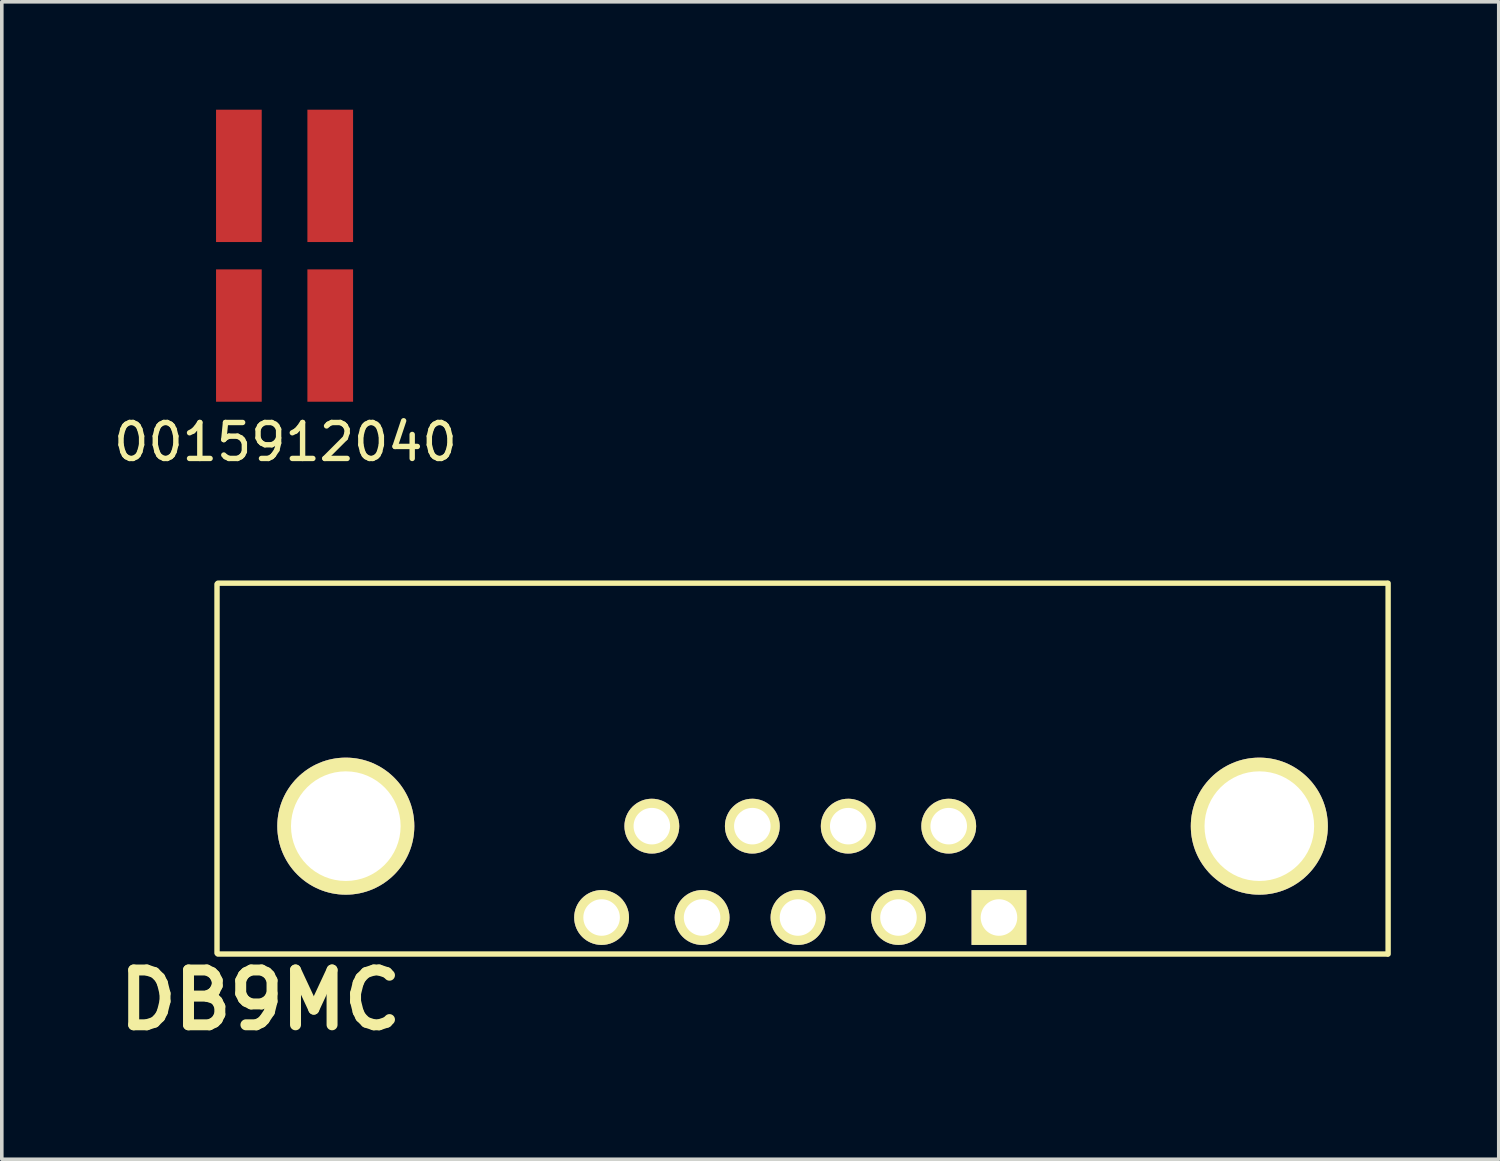
<source format=kicad_pcb>
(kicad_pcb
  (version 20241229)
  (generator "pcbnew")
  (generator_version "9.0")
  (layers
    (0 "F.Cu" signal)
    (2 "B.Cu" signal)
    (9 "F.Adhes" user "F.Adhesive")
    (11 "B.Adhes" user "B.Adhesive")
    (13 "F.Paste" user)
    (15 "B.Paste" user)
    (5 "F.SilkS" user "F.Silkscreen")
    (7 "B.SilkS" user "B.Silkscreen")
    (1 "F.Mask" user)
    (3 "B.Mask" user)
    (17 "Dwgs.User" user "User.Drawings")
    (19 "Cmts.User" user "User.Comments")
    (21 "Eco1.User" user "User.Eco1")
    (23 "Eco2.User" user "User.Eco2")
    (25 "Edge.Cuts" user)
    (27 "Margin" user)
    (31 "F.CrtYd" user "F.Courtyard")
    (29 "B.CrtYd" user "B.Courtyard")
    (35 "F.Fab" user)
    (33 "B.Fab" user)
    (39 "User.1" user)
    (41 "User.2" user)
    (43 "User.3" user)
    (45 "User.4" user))
  (footprint "0015912040"
    (layer "F.Cu")
    (at 4.862 4.06)
    (property "Reference" "0015912040" (at 0.025 5.182 0) (layer "F.SilkS") (effects (font (size 1 1) (thickness 0.15))))
    (attr through_hole)
    (pad "1" smd rect (at -1.27 2.22) (size 1.27 3.68) (layers "F.Cu" "F.Mask" "F.Paste"))
    (pad "2" smd rect (at -1.27 -2.22) (size 1.27 3.68) (layers "F.Cu" "F.Mask" "F.Paste"))
    (pad "3" smd rect (at 1.27 2.22) (size 1.27 3.68) (layers "F.Cu" "F.Mask" "F.Paste"))
    (pad "4" smd rect (at 1.27 -2.22) (size 1.27 3.68) (layers "F.Cu" "F.Mask" "F.Paste")))
  (footprint "DB9MC"
    (layer "F.Cu")
    (at 19.138 21.191)
    (property "Reference" "DB9MC" (at -14.951 3.564 180) (layer "F.SilkS") (effects (font (size 1.524 1.524) (thickness 0.305))))
    (attr through_hole)
    (fp_line (start -16.154 2.261) (end -16.154 -8) (stroke (width 0.15) (type solid)) (layer "F.SilkS"))
    (fp_line (start -16.129 -8.026) (end 16.37 -8.026) (stroke (width 0.15) (type solid)) (layer "F.SilkS"))
    (fp_line (start -16.129 2.286) (end 16.383 2.286) (stroke (width 0.15) (type solid)) (layer "F.SilkS"))
    (fp_line (start 16.408 2.286) (end 16.408 -8.026) (stroke (width 0.15) (type solid)) (layer "F.SilkS"))
    (pad "" thru_hole circle (at -12.573 -1.27) (size 3.81 3.81) (drill 3.048) (layers "*.Cu" "*.Mask" "F.SilkS"))
    (pad "" thru_hole circle (at 12.827 -1.27) (size 3.81 3.81) (drill 3.048) (layers "*.Cu" "*.Mask" "F.SilkS"))
    (pad "1" thru_hole rect (at 5.588 1.27) (size 1.524 1.524) (drill 1.016) (layers "*.Cu" "*.Mask" "F.SilkS"))
    (pad "2" thru_hole circle (at 2.794 1.27) (size 1.524 1.524) (drill 1.016) (layers "*.Cu" "*.Mask" "F.SilkS"))
    (pad "3" thru_hole circle (at 0 1.27) (size 1.524 1.524) (drill 1.016) (layers "*.Cu" "*.Mask" "F.SilkS"))
    (pad "4" thru_hole circle (at -2.667 1.27) (size 1.524 1.524) (drill 1.016) (layers "*.Cu" "*.Mask" "F.SilkS"))
    (pad "5" thru_hole circle (at -5.461 1.27) (size 1.524 1.524) (drill 1.016) (layers "*.Cu" "*.Mask" "F.SilkS"))
    (pad "6" thru_hole circle (at 4.191 -1.27) (size 1.524 1.524) (drill 1.016) (layers "*.Cu" "*.Mask" "F.SilkS"))
    (pad "7" thru_hole circle (at 1.397 -1.27) (size 1.524 1.524) (drill 1.016) (layers "*.Cu" "*.Mask" "F.SilkS"))
    (pad "8" thru_hole circle (at -1.27 -1.27) (size 1.524 1.524) (drill 1.016) (layers "*.Cu" "*.Mask" "F.SilkS"))
    (pad "9" thru_hole circle (at -4.064 -1.27) (size 1.524 1.524) (drill 1.016) (layers "*.Cu" "*.Mask" "F.SilkS")))
  (gr_rect
    (start -3 -3)
    (end 38.622 29.182)
    (stroke (width 0.1) (type default))
    (fill no)
    (layer "Edge.Cuts")))
</source>
